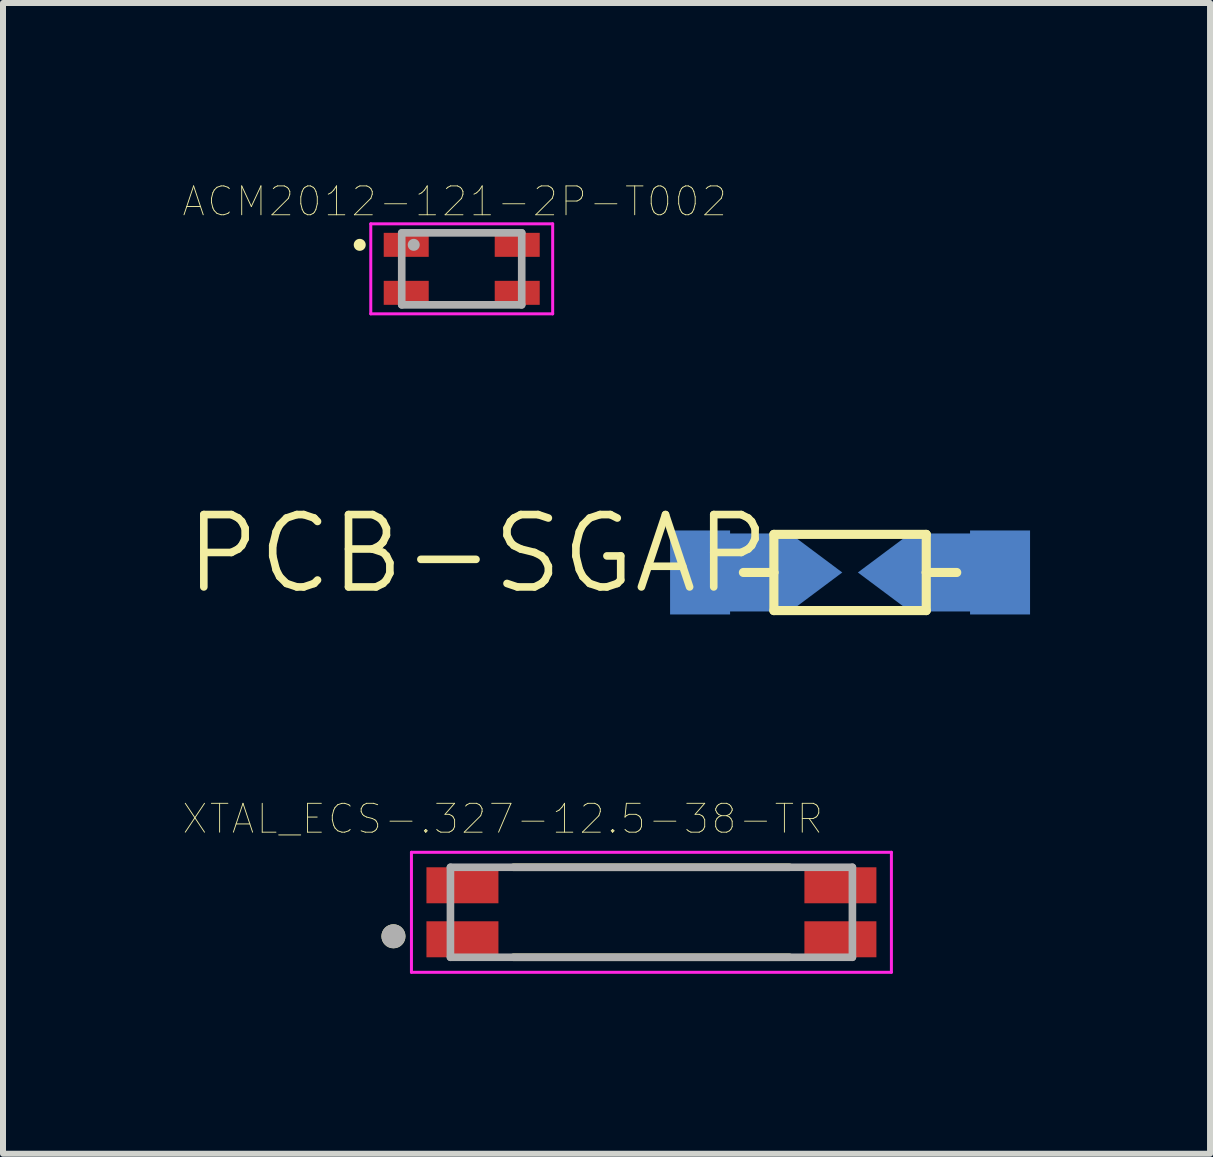
<source format=kicad_pcb>
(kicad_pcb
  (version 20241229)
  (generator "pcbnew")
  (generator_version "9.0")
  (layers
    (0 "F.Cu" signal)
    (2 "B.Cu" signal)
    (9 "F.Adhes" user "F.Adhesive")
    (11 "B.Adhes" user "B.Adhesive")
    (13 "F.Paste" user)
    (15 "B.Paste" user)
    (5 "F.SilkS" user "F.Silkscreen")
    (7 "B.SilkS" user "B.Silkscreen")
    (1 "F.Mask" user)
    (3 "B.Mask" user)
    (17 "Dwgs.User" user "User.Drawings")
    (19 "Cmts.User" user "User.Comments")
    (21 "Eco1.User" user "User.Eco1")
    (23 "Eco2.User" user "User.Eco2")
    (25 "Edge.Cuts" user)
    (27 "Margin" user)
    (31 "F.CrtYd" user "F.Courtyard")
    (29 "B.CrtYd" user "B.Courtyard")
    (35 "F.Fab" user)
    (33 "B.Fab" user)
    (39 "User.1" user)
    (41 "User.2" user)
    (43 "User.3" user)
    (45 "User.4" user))
  (footprint "XTAL_ECS-.327-12.5-38-TR"
    (layer "F.Cu")
    (at 7.808 12.156)
    (property "Reference" "XTAL_ECS-.327-12.5-38-TR" (at -2.479 -1.557 0) (layer "F.SilkS") (effects (font (size 0.481 0.481) (thickness 0.015))))
    (attr through_hole)
    (fp_line (start -2.3 -0.75) (end 2.3 -0.75) (stroke (width 0.127) (type solid)) (layer "F.SilkS"))
    (fp_line (start -2.3 0.75) (end 2.3 0.75) (stroke (width 0.127) (type solid)) (layer "F.SilkS"))
    (fp_circle (center -4.3 0.4) (end -4.2 0.4) (stroke (width 0.2) (type solid)) (fill no) (layer "F.SilkS"))
    (fp_line (start -4 -1) (end 4 -1) (stroke (width 0.05) (type solid)) (layer "F.CrtYd"))
    (fp_line (start -4 1) (end -4 -1) (stroke (width 0.05) (type solid)) (layer "F.CrtYd"))
    (fp_line (start 4 -1) (end 4 1) (stroke (width 0.05) (type solid)) (layer "F.CrtYd"))
    (fp_line (start 4 1) (end -4 1) (stroke (width 0.05) (type solid)) (layer "F.CrtYd"))
    (fp_line (start -3.35 -0.75) (end 3.35 -0.75) (stroke (width 0.127) (type solid)) (layer "F.Fab"))
    (fp_line (start -3.35 0.75) (end -3.35 -0.75) (stroke (width 0.127) (type solid)) (layer "F.Fab"))
    (fp_line (start 3.35 -0.75) (end 3.35 0.75) (stroke (width 0.127) (type solid)) (layer "F.Fab"))
    (fp_line (start 3.35 0.75) (end -3.35 0.75) (stroke (width 0.127) (type solid)) (layer "F.Fab"))
    (fp_circle (center -4.3 0.4) (end -4.2 0.4) (stroke (width 0.2) (type solid)) (fill no) (layer "F.Fab"))
    (pad "1" smd rect (at -3.15 0.45) (size 1.2 0.6) (layers "F.Cu" "F.Mask" "F.Paste"))
    (pad "2" smd rect (at 3.15 0.45) (size 1.2 0.6) (layers "F.Cu" "F.Mask" "F.Paste"))
    (pad "3" smd rect (at 3.15 -0.45) (size 1.2 0.6) (layers "F.Cu" "F.Mask" "F.Paste"))
    (pad "4" smd rect (at -3.15 -0.45) (size 1.2 0.6) (layers "F.Cu" "F.Mask" "F.Paste")))
  (footprint "ACM2012-121-2P-T002"
    (layer "F.Cu")
    (at 4.646 1.431)
    (property "Reference" "ACM2012-121-2P-T002" (at -0.117 -1.123 0) (layer "F.SilkS") (effects (font (size 0.481 0.481) (thickness 0.015))))
    (attr through_hole)
    (fp_circle (center -1.7 -0.4) (end -1.6 -0.4) (stroke (width 0) (type solid)) (fill yes) (layer "F.SilkS"))
    (fp_line (start -1.516 -0.75) (end 1.516 -0.75) (stroke (width 0.05) (type solid)) (layer "F.CrtYd"))
    (fp_line (start -1.516 0.75) (end -1.516 -0.75) (stroke (width 0.05) (type solid)) (layer "F.CrtYd"))
    (fp_line (start 1.516 -0.75) (end 1.516 0.75) (stroke (width 0.05) (type solid)) (layer "F.CrtYd"))
    (fp_line (start 1.516 0.75) (end -1.516 0.75) (stroke (width 0.05) (type solid)) (layer "F.CrtYd"))
    (fp_line (start -1 -0.6) (end 1 -0.6) (stroke (width 0.127) (type solid)) (layer "F.Fab"))
    (fp_line (start -1 0.6) (end -1 -0.6) (stroke (width 0.127) (type solid)) (layer "F.Fab"))
    (fp_line (start 1 -0.6) (end 1 0.6) (stroke (width 0.127) (type solid)) (layer "F.Fab"))
    (fp_line (start 1 0.6) (end -1 0.6) (stroke (width 0.127) (type solid)) (layer "F.Fab"))
    (fp_circle (center -0.8 -0.4) (end -0.7 -0.4) (stroke (width 0) (type solid)) (fill yes) (layer "F.Fab"))
    (pad "1" smd rect (at -0.925 -0.4) (size 0.75 0.4) (layers "F.Cu" "F.Mask" "F.Paste"))
    (pad "2" smd rect (at -0.925 0.4) (size 0.75 0.4) (layers "F.Cu" "F.Mask" "F.Paste"))
    (pad "3" smd rect (at 0.925 0.4) (size 0.75 0.4) (layers "F.Cu" "F.Mask" "F.Paste"))
    (pad "4" smd rect (at 0.925 -0.4) (size 0.75 0.4) (layers "F.Cu" "F.Mask" "F.Paste")))
  (footprint "PCB-SGAP"
    (layer "F.Cu")
    (at 11.119 6.492)
    (property "Reference" "PCB-SGAP" (at -1.27 -1.016 0) (layer "F.SilkS") (effects (font (size 1.206 1.206) (thickness 0.127)) (justify right top)))
    (attr through_hole)
    (fp_poly (pts (xy -2.5 -0.65) (xy -1 -0.65) (xy -0.13 0) (xy -1 0.65) (xy -2.5 0.65)) (stroke (width 0) (type solid)) (fill yes) (layer "B.Cu"))
    (fp_poly (pts (xy 2.5 -0.65) (xy 1 -0.65) (xy 0.13 0) (xy 1 0.65) (xy 2.5 0.65)) (stroke (width 0) (type solid)) (fill yes) (layer "B.Cu"))
    (fp_poly (pts (xy -1.3 -0.8) (xy 1.3 -0.8) (xy 1.3 0.6) (xy -1.3 0.6)) (stroke (width 0) (type solid)) (fill yes) (layer "B.Mask"))
    (fp_poly (pts (xy -1.3 -0.7) (xy 1.3 -0.7) (xy 1.3 0.7) (xy -1.3 0.7)) (stroke (width 0) (type solid)) (fill yes) (layer "B.Mask"))
    (fp_poly (pts (xy -1.3 -0.6) (xy 1.3 -0.6) (xy 1.3 0.8) (xy -1.3 0.8)) (stroke (width 0) (type solid)) (fill yes) (layer "B.Mask"))
    (fp_line (start -1.778 0) (end -1.27 0) (stroke (width 0.152) (type solid)) (layer "F.SilkS"))
    (fp_line (start -1.27 -0.635) (end -1.27 0) (stroke (width 0.152) (type solid)) (layer "F.SilkS"))
    (fp_line (start -1.27 -0.635) (end 1.27 -0.635) (stroke (width 0.152) (type solid)) (layer "F.SilkS"))
    (fp_line (start -1.27 0) (end -1.27 0.635) (stroke (width 0.152) (type solid)) (layer "F.SilkS"))
    (fp_line (start 1.27 -0.635) (end 1.27 0) (stroke (width 0.152) (type solid)) (layer "F.SilkS"))
    (fp_line (start 1.27 0) (end 1.27 0.635) (stroke (width 0.152) (type solid)) (layer "F.SilkS"))
    (fp_line (start 1.27 0) (end 1.778 0) (stroke (width 0.152) (type solid)) (layer "F.SilkS"))
    (fp_line (start 1.27 0.635) (end -1.27 0.635) (stroke (width 0.152) (type solid)) (layer "F.SilkS"))
    (pad "1" smd rect (at -2.5 0 90) (size 1.4 1) (layers "B.Cu" "B.Mask"))
    (pad "2" smd rect (at 2.5 0 90) (size 1.4 1) (layers "B.Cu" "B.Mask")))
  (gr_rect
    (start -3 -3)
    (end 17.119 16.181)
    (stroke (width 0.1) (type default))
    (fill no)
    (layer "Edge.Cuts")))
</source>
